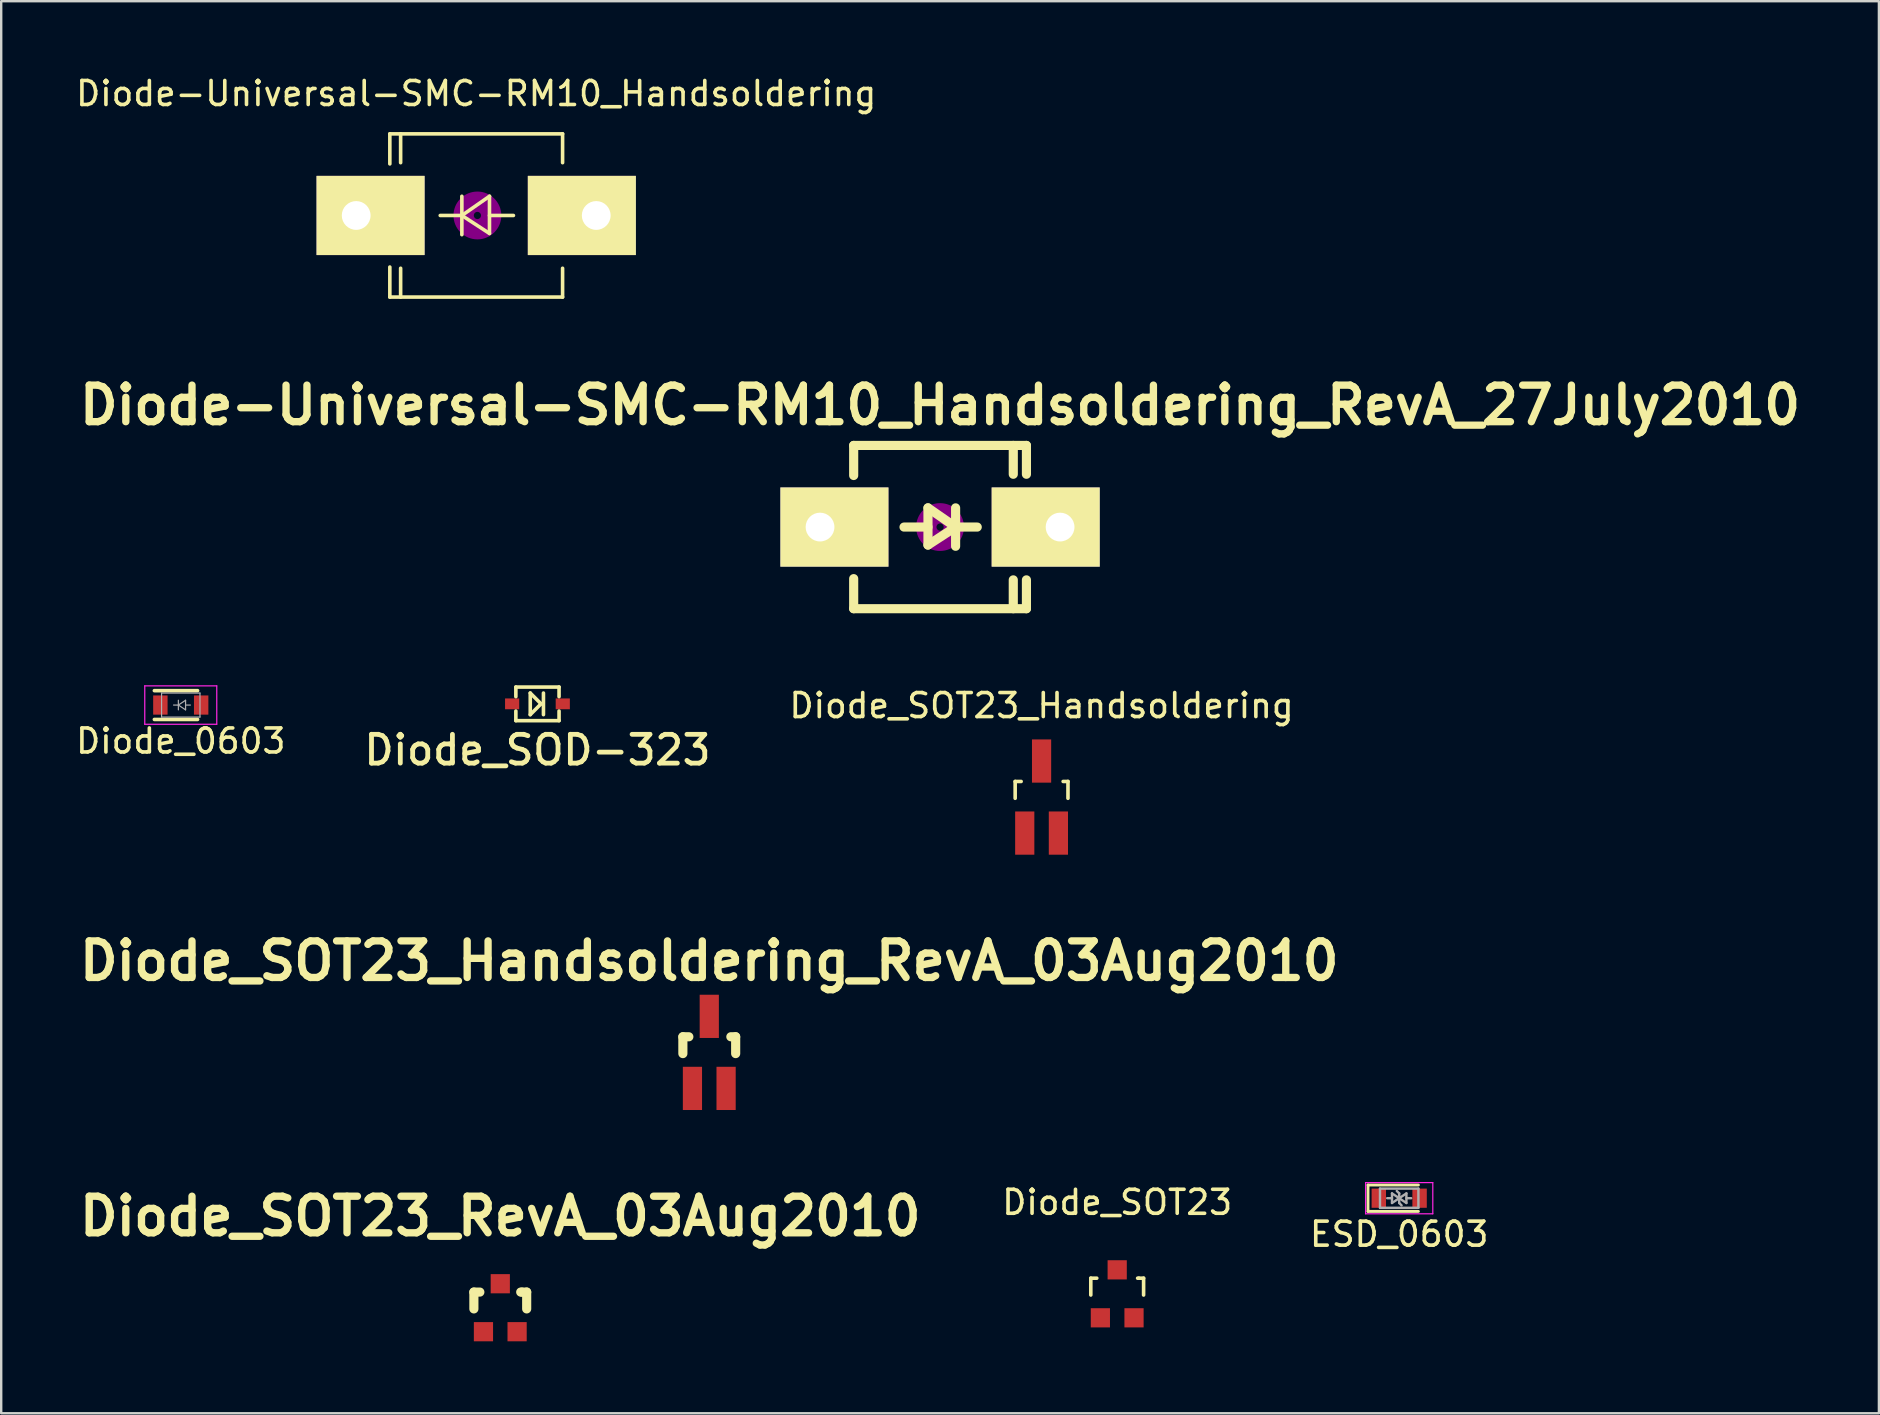
<source format=kicad_pcb>
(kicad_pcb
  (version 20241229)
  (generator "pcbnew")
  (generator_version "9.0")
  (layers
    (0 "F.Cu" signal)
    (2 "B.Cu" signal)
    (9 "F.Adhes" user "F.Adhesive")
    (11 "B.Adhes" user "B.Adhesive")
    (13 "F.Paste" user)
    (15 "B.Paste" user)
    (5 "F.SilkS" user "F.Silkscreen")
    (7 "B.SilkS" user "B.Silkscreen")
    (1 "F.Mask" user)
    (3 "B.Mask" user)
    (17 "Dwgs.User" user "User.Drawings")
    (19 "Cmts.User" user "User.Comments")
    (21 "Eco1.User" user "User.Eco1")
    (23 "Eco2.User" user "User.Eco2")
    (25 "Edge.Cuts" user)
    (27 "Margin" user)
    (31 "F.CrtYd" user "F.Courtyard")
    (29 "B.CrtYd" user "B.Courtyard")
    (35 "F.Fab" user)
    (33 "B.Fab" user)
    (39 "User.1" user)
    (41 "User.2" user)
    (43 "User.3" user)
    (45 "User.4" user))
  (footprint "Diode_SOT23_RevA_03Aug2010"
    (layer "F.Cu")
    (at 17.795 51.437)
    (property "Reference" "Diode_SOT23_RevA_03Aug2010" (at 0 -3.81 0) (layer "F.SilkS") (effects (font (size 1.524 1.524) (thickness 0.305))))
    (attr smd)
    (fp_line (start -1.1 -0.65) (end -0.851 -0.65) (stroke (width 0.381) (type solid)) (layer "F.SilkS"))
    (fp_line (start -1.1 0.051) (end -1.1 -0.65) (stroke (width 0.381) (type solid)) (layer "F.SilkS"))
    (fp_line (start 0.899 -0.65) (end 0.851 -0.65) (stroke (width 0.381) (type solid)) (layer "F.SilkS"))
    (fp_line (start 0.899 -0.65) (end 1.1 -0.65) (stroke (width 0.381) (type solid)) (layer "F.SilkS"))
    (fp_line (start 1.1 -0.65) (end 1.1 0.051) (stroke (width 0.381) (type solid)) (layer "F.SilkS"))
    (pad "1" smd rect (at -0.701 1.001) (size 0.8 0.8) (layers "F.Cu" "F.Mask" "F.Paste"))
    (pad "2" smd rect (at 0.701 1.001) (size 0.8 0.8) (layers "F.Cu" "F.Mask" "F.Paste"))
    (pad "3" smd rect (at 0 -0.998) (size 0.8 0.8) (layers "F.Cu" "F.Mask" "F.Paste")))
  (footprint "Diode_SOT23_Handsoldering_RevA_03Aug2010"
    (layer "F.Cu")
    (at 26.503 40.799)
    (property "Reference" "Diode_SOT23_Handsoldering_RevA_03Aug2010" (at 0 -3.81 0) (layer "F.SilkS") (effects (font (size 1.524 1.524) (thickness 0.305))))
    (attr smd)
    (fp_line (start -1.1 -0.65) (end -0.851 -0.65) (stroke (width 0.381) (type solid)) (layer "F.SilkS"))
    (fp_line (start -1.1 0.051) (end -1.1 -0.65) (stroke (width 0.381) (type solid)) (layer "F.SilkS"))
    (fp_line (start 0.899 -0.65) (end 1.1 -0.65) (stroke (width 0.381) (type solid)) (layer "F.SilkS"))
    (fp_line (start 1.1 -0.65) (end 1.1 0.051) (stroke (width 0.381) (type solid)) (layer "F.SilkS"))
    (pad "1" smd rect (at -0.701 1.501) (size 0.8 1.801) (layers "F.Cu" "F.Mask" "F.Paste"))
    (pad "2" smd rect (at 0.701 1.501) (size 0.8 1.801) (layers "F.Cu" "F.Mask" "F.Paste"))
    (pad "3" smd rect (at 0 -1.501) (size 0.8 1.801) (layers "F.Cu" "F.Mask" "F.Paste")))
  (footprint "Diode_SOT23"
    (layer "F.Cu")
    (at 43.5 50.858)
    (property "Reference" "Diode_SOT23" (at 0 -3.81 0) (layer "F.SilkS") (effects (font (size 1 1) (thickness 0.15))))
    (attr smd)
    (fp_line (start -1.1 -0.65) (end -0.851 -0.65) (stroke (width 0.15) (type solid)) (layer "F.SilkS"))
    (fp_line (start -1.1 0.051) (end -1.1 -0.65) (stroke (width 0.15) (type solid)) (layer "F.SilkS"))
    (fp_line (start 0.899 -0.65) (end 0.851 -0.65) (stroke (width 0.15) (type solid)) (layer "F.SilkS"))
    (fp_line (start 0.899 -0.65) (end 1.1 -0.65) (stroke (width 0.15) (type solid)) (layer "F.SilkS"))
    (fp_line (start 1.1 -0.65) (end 1.1 0.051) (stroke (width 0.15) (type solid)) (layer "F.SilkS"))
    (pad "1" smd rect (at -0.701 1.001) (size 0.8 0.8) (layers "F.Cu" "F.Mask" "F.Paste"))
    (pad "2" smd rect (at 0.701 1.001) (size 0.8 0.8) (layers "F.Cu" "F.Mask" "F.Paste"))
    (pad "3" smd rect (at 0 -0.998) (size 0.8 0.8) (layers "F.Cu" "F.Mask" "F.Paste")))
  (footprint "ESD_0603"
    (layer "F.Cu")
    (at 55.25 46.875)
    (property "Reference" "ESD_0603" (at 0 1.5 0) (layer "F.SilkS") (effects (font (size 1 1) (thickness 0.15))))
    (attr smd)
    (fp_line (start -1.3 -0.55) (end -1.3 0.55) (stroke (width 0.12) (type solid)) (layer "F.SilkS"))
    (fp_line (start -1.3 -0.55) (end 0.8 -0.55) (stroke (width 0.12) (type solid)) (layer "F.SilkS"))
    (fp_line (start -1.3 0.55) (end 0.8 0.55) (stroke (width 0.12) (type solid)) (layer "F.SilkS"))
    (fp_line (start -1.4 -0.65) (end -1.4 0.65) (stroke (width 0.05) (type solid)) (layer "F.CrtYd"))
    (fp_line (start -1.4 0.65) (end 1.4 0.65) (stroke (width 0.05) (type solid)) (layer "F.CrtYd"))
    (fp_line (start 1.4 -0.65) (end -1.4 -0.65) (stroke (width 0.05) (type solid)) (layer "F.CrtYd"))
    (fp_line (start 1.4 0.65) (end 1.4 -0.65) (stroke (width 0.05) (type solid)) (layer "F.CrtYd"))
    (fp_line (start -0.8 -0.4) (end 0.8 -0.4) (stroke (width 0.1) (type solid)) (layer "F.Fab"))
    (fp_line (start -0.8 0.4) (end -0.8 -0.4) (stroke (width 0.1) (type solid)) (layer "F.Fab"))
    (fp_line (start -0.3 -0.2) (end -0.3 0.2) (stroke (width 0.1) (type solid)) (layer "F.Fab"))
    (fp_line (start -0.3 0) (end -0.5 0) (stroke (width 0.1) (type solid)) (layer "F.Fab"))
    (fp_line (start -0.3 0.2) (end 0 0) (stroke (width 0.1) (type solid)) (layer "F.Fab"))
    (fp_line (start 0 -0.2) (end -0.1 -0.3) (stroke (width 0.1) (type solid)) (layer "F.Fab"))
    (fp_line (start 0 -0.2) (end 0 0.2) (stroke (width 0.1) (type solid)) (layer "F.Fab"))
    (fp_line (start 0 0) (end -0.3 -0.2) (stroke (width 0.1) (type solid)) (layer "F.Fab"))
    (fp_line (start 0 0) (end 0.3 0.2) (stroke (width 0.1) (type solid)) (layer "F.Fab"))
    (fp_line (start 0 0.2) (end 0.1 0.3) (stroke (width 0.1) (type solid)) (layer "F.Fab"))
    (fp_line (start 0.3 -0.2) (end 0 0) (stroke (width 0.1) (type solid)) (layer "F.Fab"))
    (fp_line (start 0.3 0) (end 0.5 0) (stroke (width 0.1) (type solid)) (layer "F.Fab"))
    (fp_line (start 0.3 0.2) (end 0.3 -0.2) (stroke (width 0.1) (type solid)) (layer "F.Fab"))
    (fp_line (start 0.8 -0.4) (end 0.8 0.4) (stroke (width 0.1) (type solid)) (layer "F.Fab"))
    (fp_line (start 0.8 0.4) (end -0.8 0.4) (stroke (width 0.1) (type solid)) (layer "F.Fab"))
    (pad "1" smd rect (at -0.85 0) (size 0.6 0.8) (layers "F.Cu" "F.Mask" "F.Paste"))
    (pad "2" smd rect (at 0.85 0) (size 0.6 0.8) (layers "F.Cu" "F.Mask" "F.Paste")))
  (footprint "Diode_SOT23_Handsoldering"
    (layer "F.Cu")
    (at 40.349 30.161)
    (property "Reference" "Diode_SOT23_Handsoldering" (at 0 -3.81 0) (layer "F.SilkS") (effects (font (size 1 1) (thickness 0.15))))
    (attr smd)
    (fp_line (start -1.1 -0.65) (end -0.851 -0.65) (stroke (width 0.15) (type solid)) (layer "F.SilkS"))
    (fp_line (start -1.1 0.051) (end -1.1 -0.65) (stroke (width 0.15) (type solid)) (layer "F.SilkS"))
    (fp_line (start 0.899 -0.65) (end 1.1 -0.65) (stroke (width 0.15) (type solid)) (layer "F.SilkS"))
    (fp_line (start 1.1 -0.65) (end 1.1 0.051) (stroke (width 0.15) (type solid)) (layer "F.SilkS"))
    (pad "1" smd rect (at -0.701 1.501) (size 0.8 1.801) (layers "F.Cu" "F.Mask" "F.Paste"))
    (pad "2" smd rect (at 0.701 1.501) (size 0.8 1.801) (layers "F.Cu" "F.Mask" "F.Paste"))
    (pad "3" smd rect (at 0 -1.501) (size 0.8 1.801) (layers "F.Cu" "F.Mask" "F.Paste")))
  (footprint "Diode-Universal-SMC-RM10_Handsoldering_RevA_27July2010"
    (layer "F.Cu")
    (at 36.119 18.911)
    (property "Reference" "Diode-Universal-SMC-RM10_Handsoldering_RevA_27July2010" (at 0 -5.08 0) (layer "F.SilkS") (effects (font (size 1.524 1.524) (thickness 0.305))))
    (attr smd)
    (fp_line (start -3.599 -3.401) (end -3.599 -2.149) (stroke (width 0.381) (type solid)) (layer "F.SilkS"))
    (fp_line (start -3.599 -3.401) (end 3.599 -3.401) (stroke (width 0.381) (type solid)) (layer "F.SilkS"))
    (fp_line (start -3.599 3.401) (end -3.599 2.149) (stroke (width 0.381) (type solid)) (layer "F.SilkS"))
    (fp_line (start -3.599 3.401) (end 3.599 3.401) (stroke (width 0.381) (type solid)) (layer "F.SilkS"))
    (fp_line (start -0.503 0) (end -1.501 0) (stroke (width 0.381) (type solid)) (layer "F.SilkS"))
    (fp_line (start -0.503 0.749) (end -0.503 -0.8) (stroke (width 0.381) (type solid)) (layer "F.SilkS"))
    (fp_line (start 0.648 -0.8) (end 0.648 0.8) (stroke (width 0.381) (type solid)) (layer "F.SilkS"))
    (fp_line (start 0.648 0) (end -0.503 -0.8) (stroke (width 0.381) (type solid)) (layer "F.SilkS"))
    (fp_line (start 0.648 0) (end -0.503 0.749) (stroke (width 0.381) (type solid)) (layer "F.SilkS"))
    (fp_line (start 0.648 0) (end 1.549 0) (stroke (width 0.381) (type solid)) (layer "F.SilkS"))
    (fp_line (start 3.051 -3.401) (end 3.051 -2.2) (stroke (width 0.381) (type solid)) (layer "F.SilkS"))
    (fp_line (start 3.051 3.401) (end 3.051 2.2) (stroke (width 0.381) (type solid)) (layer "F.SilkS"))
    (fp_line (start 3.599 -3.401) (end 3.599 -2.2) (stroke (width 0.381) (type solid)) (layer "F.SilkS"))
    (fp_line (start 3.599 3.401) (end 3.599 2.2) (stroke (width 0.381) (type solid)) (layer "F.SilkS"))
    (fp_circle (center 0 0) (end 0.15 0) (stroke (width 0.381) (type solid)) (fill no) (layer "F.Adhes"))
    (fp_circle (center 0 0) (end 0.5 0) (stroke (width 0.381) (type solid)) (fill no) (layer "F.Adhes"))
    (fp_circle (center 0 0) (end 0.8 -0.099) (stroke (width 0.381) (type solid)) (fill no) (layer "F.Adhes"))
    (pad "1" thru_hole rect (at -5.001 0) (size 4.501 3.299) (drill 1.199 (offset 0.599 0)) (layers "*.Cu" "*.Mask" "F.SilkS"))
    (pad "2" thru_hole rect (at 5.001 0 180) (size 4.501 3.299) (drill 1.199 (offset 0.599 0)) (layers "*.Cu" "*.Mask" "F.SilkS")))
  (footprint "Diode-Universal-SMC-RM10_Handsoldering"
    (layer "F.Cu")
    (at 16.792 5.928)
    (property "Reference" "Diode-Universal-SMC-RM10_Handsoldering" (at 0 -5.08 0) (layer "F.SilkS") (effects (font (size 1 1) (thickness 0.15))))
    (attr smd)
    (fp_line (start -3.599 -3.401) (end -3.599 -2.149) (stroke (width 0.15) (type solid)) (layer "F.SilkS"))
    (fp_line (start -3.599 -3.401) (end 3.599 -3.401) (stroke (width 0.15) (type solid)) (layer "F.SilkS"))
    (fp_line (start -3.599 3.401) (end -3.599 2.149) (stroke (width 0.15) (type solid)) (layer "F.SilkS"))
    (fp_line (start -3.599 3.401) (end 3.599 3.401) (stroke (width 0.15) (type solid)) (layer "F.SilkS"))
    (fp_line (start -3.149 -3.401) (end -3.149 -2.2) (stroke (width 0.15) (type solid)) (layer "F.SilkS"))
    (fp_line (start -3.149 3.401) (end -3.149 2.2) (stroke (width 0.15) (type solid)) (layer "F.SilkS"))
    (fp_line (start -0.598 -0.8) (end -0.598 0.8) (stroke (width 0.15) (type solid)) (layer "F.SilkS"))
    (fp_line (start -0.598 0) (end -1.499 0) (stroke (width 0.15) (type solid)) (layer "F.SilkS"))
    (fp_line (start -0.598 0) (end 0.553 -0.8) (stroke (width 0.15) (type solid)) (layer "F.SilkS"))
    (fp_line (start -0.598 0) (end 0.553 0.749) (stroke (width 0.15) (type solid)) (layer "F.SilkS"))
    (fp_line (start 0.553 0) (end 1.551 0) (stroke (width 0.15) (type solid)) (layer "F.SilkS"))
    (fp_line (start 0.553 0.749) (end 0.553 -0.8) (stroke (width 0.15) (type solid)) (layer "F.SilkS"))
    (fp_line (start 3.599 -3.401) (end 3.599 -2.2) (stroke (width 0.15) (type solid)) (layer "F.SilkS"))
    (fp_line (start 3.599 3.401) (end 3.599 2.2) (stroke (width 0.15) (type solid)) (layer "F.SilkS"))
    (fp_circle (center 0.05 0) (end -0.75 -0.099) (stroke (width 0.381) (type solid)) (fill no) (layer "F.Adhes"))
    (fp_circle (center 0.05 0) (end -0.45 0) (stroke (width 0.381) (type solid)) (fill no) (layer "F.Adhes"))
    (fp_circle (center 0.05 0) (end -0.1 0) (stroke (width 0.381) (type solid)) (fill no) (layer "F.Adhes"))
    (pad "1" thru_hole rect (at -5.001 0) (size 4.501 3.299) (drill 1.199 (offset 0.599 0)) (layers "*.Cu" "*.Mask" "F.SilkS"))
    (pad "2" thru_hole rect (at 5.001 0 180) (size 4.501 3.299) (drill 1.199 (offset 0.599 0)) (layers "*.Cu" "*.Mask" "F.SilkS")))
  (footprint "Diode_0603"
    (layer "F.Cu")
    (at 4.482 26.327)
    (property "Reference" "Diode_0603" (at 0 1.5 0) (layer "F.SilkS") (effects (font (size 1 1) (thickness 0.15))))
    (attr smd)
    (fp_line (start -1.1 -0.6) (end 0.7 -0.6) (stroke (width 0.15) (type solid)) (layer "F.SilkS"))
    (fp_line (start -1.1 0.6) (end 0.7 0.6) (stroke (width 0.15) (type solid)) (layer "F.SilkS"))
    (fp_line (start -1.5 -0.8) (end -1.5 0.8) (stroke (width 0.05) (type solid)) (layer "F.CrtYd"))
    (fp_line (start -1.5 0.8) (end 1.5 0.8) (stroke (width 0.05) (type solid)) (layer "F.CrtYd"))
    (fp_line (start 1.5 -0.8) (end -1.5 -0.8) (stroke (width 0.05) (type solid)) (layer "F.CrtYd"))
    (fp_line (start 1.5 0.8) (end 1.5 -0.8) (stroke (width 0.05) (type solid)) (layer "F.CrtYd"))
    (fp_line (start -0.8 -0.5) (end 0.8 -0.5) (stroke (width 0.05) (type solid)) (layer "F.Fab"))
    (fp_line (start -0.8 0.5) (end -0.8 -0.5) (stroke (width 0.05) (type solid)) (layer "F.Fab"))
    (fp_line (start -0.1 -0.2) (end -0.1 0.2) (stroke (width 0.05) (type solid)) (layer "F.Fab"))
    (fp_line (start -0.1 0) (end -0.3 0) (stroke (width 0.05) (type solid)) (layer "F.Fab"))
    (fp_line (start -0.1 0) (end 0.2 0.2) (stroke (width 0.05) (type solid)) (layer "F.Fab"))
    (fp_line (start 0.2 -0.2) (end -0.1 0) (stroke (width 0.05) (type solid)) (layer "F.Fab"))
    (fp_line (start 0.2 0) (end 0.4 0) (stroke (width 0.05) (type solid)) (layer "F.Fab"))
    (fp_line (start 0.2 0.2) (end 0.2 -0.2) (stroke (width 0.05) (type solid)) (layer "F.Fab"))
    (fp_line (start 0.8 -0.5) (end 0.8 0.5) (stroke (width 0.05) (type solid)) (layer "F.Fab"))
    (fp_line (start 0.8 0.5) (end -0.8 0.5) (stroke (width 0.05) (type solid)) (layer "F.Fab"))
    (pad "1" smd rect (at -0.85 0) (size 0.6 0.8) (layers "F.Cu" "F.Mask" "F.Paste"))
    (pad "2" smd rect (at 0.85 0) (size 0.6 0.8) (layers "F.Cu" "F.Mask" "F.Paste")))
  (footprint "Diode_SOD-323"
    (layer "F.Cu")
    (at 19.344 26.277)
    (property "Reference" "Diode_SOD-323" (at 0 1.925 0) (layer "F.SilkS") (effects (font (size 1.2 1.2) (thickness 0.2))))
    (attr smd)
    (fp_line (start -0.9 -0.7) (end -0.9 -0.3) (stroke (width 0.15) (type solid)) (layer "F.SilkS"))
    (fp_line (start -0.9 -0.7) (end 0.9 -0.7) (stroke (width 0.15) (type solid)) (layer "F.SilkS"))
    (fp_line (start -0.9 0.3) (end -0.9 0.7) (stroke (width 0.15) (type solid)) (layer "F.SilkS"))
    (fp_line (start -0.3 -0.45) (end -0.3 0.45) (stroke (width 0.15) (type solid)) (layer "F.SilkS"))
    (fp_line (start -0.3 0.45) (end 0.15 0) (stroke (width 0.15) (type solid)) (layer "F.SilkS"))
    (fp_line (start 0.15 0) (end -0.3 -0.45) (stroke (width 0.15) (type solid)) (layer "F.SilkS"))
    (fp_line (start 0.25 -0.45) (end 0.25 0.45) (stroke (width 0.15) (type solid)) (layer "F.SilkS"))
    (fp_line (start 0.9 -0.7) (end 0.9 -0.3) (stroke (width 0.15) (type solid)) (layer "F.SilkS"))
    (fp_line (start 0.9 0.7) (end -0.9 0.7) (stroke (width 0.15) (type solid)) (layer "F.SilkS"))
    (fp_line (start 0.9 0.7) (end 0.9 0.3) (stroke (width 0.15) (type solid)) (layer "F.SilkS"))
    (pad "1" smd rect (at -1.055 0) (size 0.59 0.45) (layers "F.Cu" "F.Mask" "F.Paste"))
    (pad "2" smd rect (at 1.055 0) (size 0.59 0.45) (layers "F.Cu" "F.Mask" "F.Paste")))
  (gr_rect
    (start -3 -3)
    (end 75.238 55.837)
    (stroke (width 0.1) (type default))
    (fill no)
    (layer "Edge.Cuts")))
</source>
